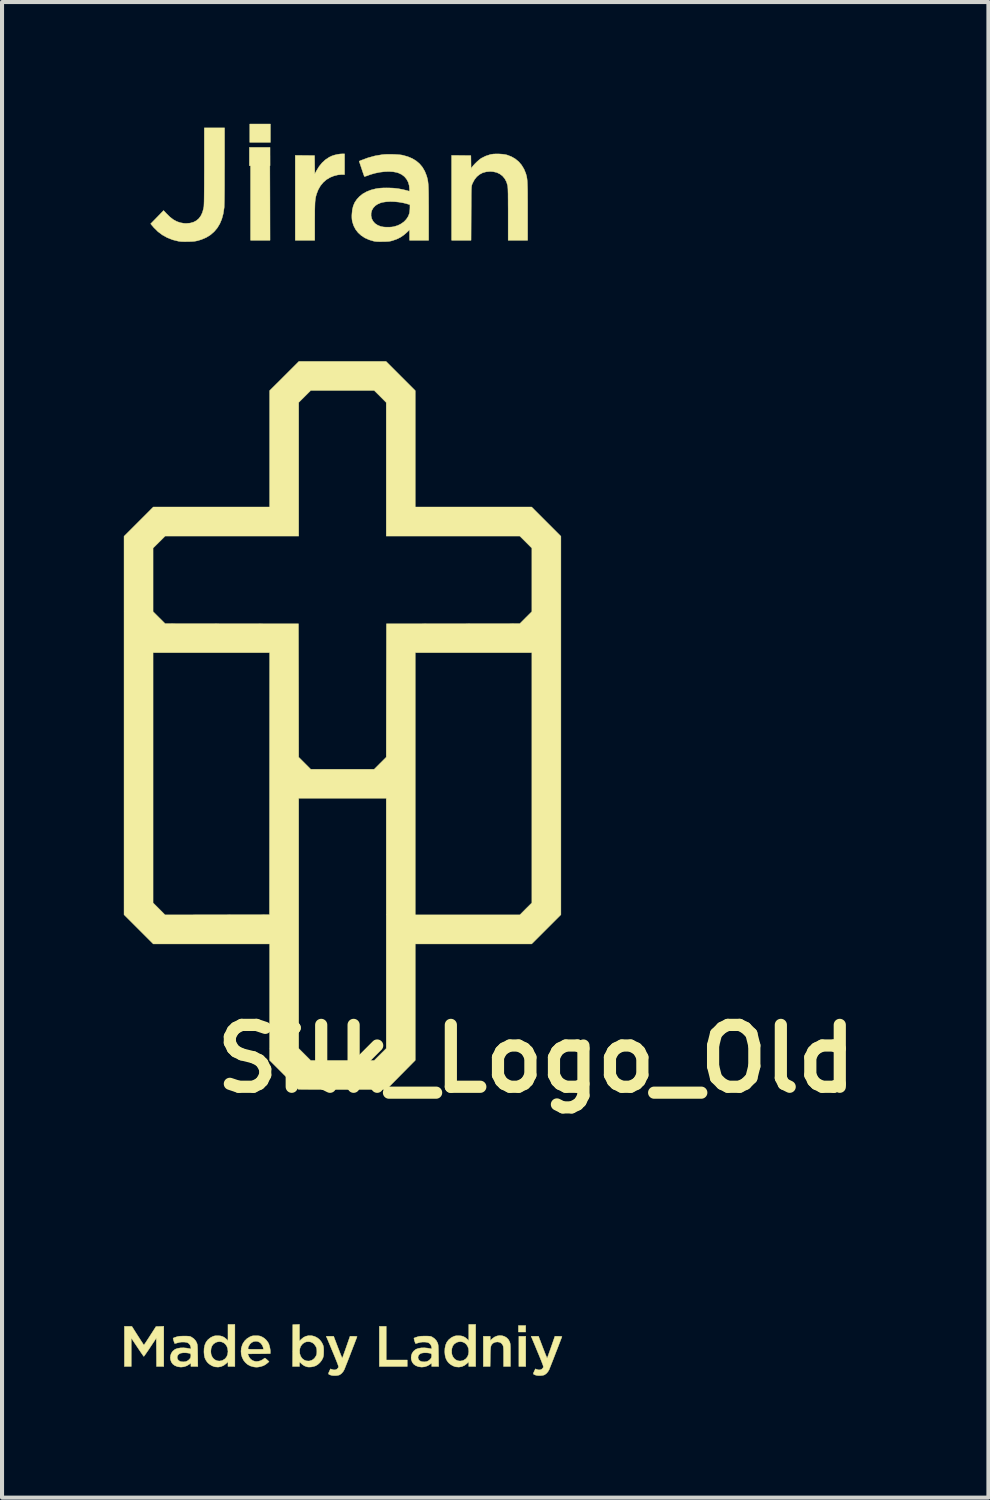
<source format=kicad_pcb>
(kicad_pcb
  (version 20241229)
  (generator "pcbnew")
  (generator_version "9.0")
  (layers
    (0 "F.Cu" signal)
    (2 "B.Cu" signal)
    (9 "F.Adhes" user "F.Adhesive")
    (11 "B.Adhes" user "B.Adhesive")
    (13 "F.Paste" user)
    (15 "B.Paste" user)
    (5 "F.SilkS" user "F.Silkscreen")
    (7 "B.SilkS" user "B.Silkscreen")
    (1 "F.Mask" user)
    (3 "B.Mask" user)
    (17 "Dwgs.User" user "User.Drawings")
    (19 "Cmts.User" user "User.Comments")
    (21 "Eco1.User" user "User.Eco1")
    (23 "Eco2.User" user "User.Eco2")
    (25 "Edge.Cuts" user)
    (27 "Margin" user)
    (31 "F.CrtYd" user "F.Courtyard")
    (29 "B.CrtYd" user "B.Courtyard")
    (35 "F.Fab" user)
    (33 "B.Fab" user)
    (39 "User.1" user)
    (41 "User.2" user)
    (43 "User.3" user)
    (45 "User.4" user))
  (footprint "Silk_Logo_Old"
    (layer "F.Cu")
    (at 5.399 14.108)
    (property "Reference" "Silk_Logo_Old" (at 4.76 8.92 0) (layer "F.SilkS") (effects (font (size 1.524 1.524) (thickness 0.3))))
    (attr through_hole)
    (fp_poly (pts (xy -1.798 -13.077) (xy -2.307 -13.077) (xy -2.307 -13.528) (xy -1.798 -13.528) (xy -1.798 -13.077)) (stroke (width 0.01) (type solid)) (fill yes) (layer "F.SilkS"))
    (fp_poly (pts (xy -1.789 -13.651) (xy -2.297 -13.651) (xy -2.297 -14.103) (xy -1.789 -14.103) (xy -1.789 -13.651)) (stroke (width 0.01) (type solid)) (fill yes) (layer "F.SilkS"))
    (fp_poly (pts (xy 4.499 15.65) (xy 4.32 15.65) (xy 4.32 15.49) (xy 4.499 15.49) (xy 4.499 15.65)) (stroke (width 0.01) (type solid)) (fill yes) (layer "F.SilkS"))
    (fp_poly (pts (xy 4.5 16.499) (xy 4.331 16.499) (xy 4.331 15.755) (xy 4.5 15.755) (xy 4.5 16.499)) (stroke (width 0.01) (type solid)) (fill yes) (layer "F.SilkS"))
    (fp_poly (pts (xy -2.041 -13.329) (xy -1.803 -13.326) (xy -1.8 -12.283) (xy -1.798 -11.241) (xy -2.278 -11.241) (xy -2.278 -13.331) (xy -2.041 -13.329)) (stroke (width 0.01) (type solid)) (fill yes) (layer "F.SilkS"))
    (fp_poly (pts (xy 1.064 16.339) (xy 1.582 16.339) (xy 1.582 16.499) (xy 0.894 16.499) (xy 0.894 15.51) (xy 1.064 15.51) (xy 1.064 16.339)) (stroke (width 0.01) (type solid)) (fill yes) (layer "F.SilkS"))
    (fp_poly (pts (xy 0.038 -12.86) (xy -0.024 -12.86) (xy -0.126 -12.851) (xy -0.23 -12.824) (xy -0.319 -12.788) (xy -0.409 -12.734) (xy -0.488 -12.665) (xy -0.556 -12.582) (xy -0.611 -12.486) (xy -0.649 -12.389) (xy -0.659 -12.356) (xy -0.668 -12.324) (xy -0.675 -12.291) (xy -0.681 -12.255) (xy -0.686 -12.214) (xy -0.69 -12.167) (xy -0.692 -12.111) (xy -0.694 -12.044) (xy -0.696 -11.965) (xy -0.696 -11.873) (xy -0.697 -11.764) (xy -0.697 -11.7) (xy -0.697 -11.241) (xy -1.177 -11.241) (xy -1.177 -13.331) (xy -0.939 -13.329) (xy -0.701 -13.326) (xy -0.696 -12.874) (xy -0.654 -12.952) (xy -0.589 -13.058) (xy -0.514 -13.15) (xy -0.431 -13.226) (xy -0.34 -13.286) (xy -0.278 -13.316) (xy -0.215 -13.337) (xy -0.144 -13.354) (xy -0.074 -13.365) (xy -0.019 -13.368) (xy 0.038 -13.368) (xy 0.038 -12.86)) (stroke (width 0.01) (type solid)) (fill yes) (layer "F.SilkS"))
    (fp_poly (pts (xy -4.415 16.499) (xy -4.594 16.499) (xy -4.596 16.149) (xy -4.599 15.799) (xy -4.75 16.026) (xy -4.788 16.084) (xy -4.824 16.136) (xy -4.855 16.181) (xy -4.88 16.216) (xy -4.897 16.24) (xy -4.907 16.251) (xy -4.907 16.251) (xy -4.914 16.243) (xy -4.93 16.221) (xy -4.953 16.188) (xy -4.983 16.145) (xy -5.018 16.093) (xy -5.056 16.037) (xy -5.065 16.023) (xy -5.216 15.797) (xy -5.216 16.148) (xy -5.216 16.499) (xy -5.385 16.499) (xy -5.385 15.51) (xy -5.293 15.51) (xy -5.201 15.511) (xy -5.056 15.741) (xy -5.018 15.799) (xy -4.984 15.853) (xy -4.954 15.898) (xy -4.93 15.934) (xy -4.914 15.959) (xy -4.905 15.971) (xy -4.905 15.971) (xy -4.899 15.963) (xy -4.884 15.942) (xy -4.861 15.909) (xy -4.833 15.866) (xy -4.799 15.814) (xy -4.762 15.757) (xy -4.753 15.743) (xy -4.607 15.515) (xy -4.415 15.509) (xy -4.415 16.499)) (stroke (width 0.01) (type solid)) (fill yes) (layer "F.SilkS"))
    (fp_poly (pts (xy 3.918 15.741) (xy 3.977 15.759) (xy 4.029 15.79) (xy 4.072 15.833) (xy 4.103 15.889) (xy 4.104 15.893) (xy 4.11 15.909) (xy 4.114 15.925) (xy 4.118 15.945) (xy 4.12 15.97) (xy 4.122 16.003) (xy 4.123 16.046) (xy 4.123 16.102) (xy 4.123 16.173) (xy 4.123 16.221) (xy 4.123 16.499) (xy 3.954 16.499) (xy 3.954 16.256) (xy 3.954 16.182) (xy 3.954 16.124) (xy 3.953 16.08) (xy 3.951 16.047) (xy 3.949 16.023) (xy 3.946 16.005) (xy 3.942 15.99) (xy 3.936 15.977) (xy 3.933 15.971) (xy 3.904 15.931) (xy 3.866 15.906) (xy 3.817 15.895) (xy 3.801 15.894) (xy 3.745 15.901) (xy 3.699 15.923) (xy 3.675 15.945) (xy 3.662 15.96) (xy 3.652 15.976) (xy 3.644 15.995) (xy 3.638 16.02) (xy 3.634 16.053) (xy 3.631 16.096) (xy 3.629 16.152) (xy 3.627 16.224) (xy 3.627 16.261) (xy 3.623 16.499) (xy 3.455 16.499) (xy 3.455 15.755) (xy 3.625 15.755) (xy 3.625 15.86) (xy 3.677 15.813) (xy 3.733 15.772) (xy 3.794 15.747) (xy 3.856 15.737) (xy 3.918 15.741)) (stroke (width 0.01) (type solid)) (fill yes) (layer "F.SilkS"))
    (fp_poly (pts (xy -2.664 16.499) (xy -2.834 16.499) (xy -2.834 16.382) (xy -2.878 16.426) (xy -2.938 16.472) (xy -3.005 16.502) (xy -3.077 16.514) (xy -3.151 16.508) (xy -3.173 16.503) (xy -3.224 16.483) (xy -3.276 16.453) (xy -3.321 16.417) (xy -3.347 16.389) (xy -3.382 16.336) (xy -3.406 16.281) (xy -3.419 16.218) (xy -3.425 16.149) (xy -3.425 16.131) (xy -3.257 16.131) (xy -3.25 16.197) (xy -3.228 16.254) (xy -3.195 16.301) (xy -3.152 16.336) (xy -3.102 16.358) (xy -3.047 16.365) (xy -2.989 16.356) (xy -2.96 16.344) (xy -2.907 16.31) (xy -2.868 16.263) (xy -2.844 16.205) (xy -2.834 16.136) (xy -2.834 16.125) (xy -2.842 16.058) (xy -2.863 16) (xy -2.896 15.952) (xy -2.939 15.916) (xy -2.989 15.894) (xy -3.044 15.886) (xy -3.102 15.895) (xy -3.142 15.911) (xy -3.191 15.945) (xy -3.227 15.992) (xy -3.249 16.052) (xy -3.257 16.125) (xy -3.257 16.131) (xy -3.425 16.131) (xy -3.422 16.054) (xy -3.405 15.971) (xy -3.374 15.9) (xy -3.329 15.841) (xy -3.269 15.792) (xy -3.221 15.766) (xy -3.189 15.752) (xy -3.16 15.745) (xy -3.125 15.741) (xy -3.088 15.741) (xy -3.023 15.745) (xy -2.97 15.759) (xy -2.922 15.784) (xy -2.877 15.821) (xy -2.834 15.861) (xy -2.834 15.463) (xy -2.664 15.463) (xy -2.664 16.499)) (stroke (width 0.01) (type solid)) (fill yes) (layer "F.SilkS"))
    (fp_poly (pts (xy 3.267 16.499) (xy 3.097 16.499) (xy 3.097 16.382) (xy 3.053 16.426) (xy 2.993 16.472) (xy 2.926 16.502) (xy 2.854 16.514) (xy 2.781 16.508) (xy 2.758 16.503) (xy 2.707 16.483) (xy 2.655 16.453) (xy 2.61 16.417) (xy 2.584 16.389) (xy 2.549 16.336) (xy 2.526 16.281) (xy 2.512 16.218) (xy 2.506 16.149) (xy 2.506 16.131) (xy 2.674 16.131) (xy 2.681 16.197) (xy 2.703 16.254) (xy 2.736 16.301) (xy 2.779 16.336) (xy 2.829 16.358) (xy 2.884 16.365) (xy 2.942 16.356) (xy 2.971 16.344) (xy 3.024 16.31) (xy 3.063 16.263) (xy 3.087 16.205) (xy 3.097 16.136) (xy 3.097 16.125) (xy 3.09 16.058) (xy 3.068 16) (xy 3.035 15.952) (xy 2.992 15.916) (xy 2.942 15.894) (xy 2.887 15.886) (xy 2.829 15.895) (xy 2.79 15.911) (xy 2.74 15.945) (xy 2.704 15.992) (xy 2.682 16.052) (xy 2.674 16.125) (xy 2.674 16.131) (xy 2.506 16.131) (xy 2.509 16.054) (xy 2.526 15.971) (xy 2.557 15.9) (xy 2.602 15.841) (xy 2.662 15.792) (xy 2.71 15.766) (xy 2.742 15.752) (xy 2.771 15.745) (xy 2.806 15.741) (xy 2.843 15.741) (xy 2.908 15.745) (xy 2.961 15.759) (xy 3.009 15.784) (xy 3.054 15.821) (xy 3.097 15.861) (xy 3.097 15.463) (xy 3.267 15.463) (xy 3.267 16.499)) (stroke (width 0.01) (type solid)) (fill yes) (layer "F.SilkS"))
    (fp_poly (pts (xy -2.918 -13.074) (xy -2.919 -12.892) (xy -2.919 -12.727) (xy -2.919 -12.579) (xy -2.92 -12.448) (xy -2.921 -12.333) (xy -2.922 -12.237) (xy -2.924 -12.157) (xy -2.926 -12.096) (xy -2.927 -12.054) (xy -2.929 -12.036) (xy -2.951 -11.893) (xy -2.986 -11.764) (xy -3.035 -11.647) (xy -3.098 -11.543) (xy -3.174 -11.453) (xy -3.263 -11.375) (xy -3.365 -11.311) (xy -3.481 -11.261) (xy -3.567 -11.234) (xy -3.605 -11.225) (xy -3.641 -11.218) (xy -3.678 -11.213) (xy -3.723 -11.21) (xy -3.779 -11.208) (xy -3.822 -11.207) (xy -3.907 -11.206) (xy -3.976 -11.208) (xy -4.029 -11.213) (xy -4.055 -11.217) (xy -4.196 -11.252) (xy -4.327 -11.303) (xy -4.448 -11.37) (xy -4.559 -11.453) (xy -4.66 -11.553) (xy -4.701 -11.601) (xy -4.738 -11.646) (xy -4.579 -11.809) (xy -4.42 -11.973) (xy -4.346 -11.894) (xy -4.263 -11.813) (xy -4.18 -11.749) (xy -4.096 -11.703) (xy -4.009 -11.673) (xy -3.917 -11.657) (xy -3.862 -11.655) (xy -3.767 -11.663) (xy -3.684 -11.686) (xy -3.611 -11.724) (xy -3.55 -11.777) (xy -3.501 -11.844) (xy -3.462 -11.927) (xy -3.436 -12.025) (xy -3.427 -12.073) (xy -3.426 -12.097) (xy -3.424 -12.14) (xy -3.422 -12.201) (xy -3.421 -12.28) (xy -3.42 -12.377) (xy -3.419 -12.492) (xy -3.418 -12.624) (xy -3.418 -12.774) (xy -3.417 -12.94) (xy -3.417 -13.077) (xy -3.417 -14.009) (xy -2.918 -14.009) (xy -2.918 -13.074)) (stroke (width 0.01) (type solid)) (fill yes) (layer "F.SilkS"))
    (fp_poly (pts (xy 0.304 15.756) (xy 0.331 15.758) (xy 0.344 15.762) (xy 0.346 15.767) (xy 0.341 15.778) (xy 0.331 15.804) (xy 0.315 15.845) (xy 0.295 15.897) (xy 0.271 15.96) (xy 0.243 16.031) (xy 0.214 16.108) (xy 0.195 16.156) (xy 0.164 16.237) (xy 0.134 16.315) (xy 0.106 16.386) (xy 0.081 16.449) (xy 0.06 16.502) (xy 0.044 16.542) (xy 0.034 16.568) (xy 0.031 16.575) (xy 0.002 16.626) (xy -0.036 16.67) (xy -0.078 16.701) (xy -0.089 16.707) (xy -0.125 16.717) (xy -0.172 16.723) (xy -0.222 16.724) (xy -0.269 16.72) (xy -0.301 16.712) (xy -0.335 16.699) (xy -0.353 16.689) (xy -0.359 16.675) (xy -0.353 16.653) (xy -0.338 16.619) (xy -0.309 16.557) (xy -0.277 16.57) (xy -0.227 16.583) (xy -0.183 16.58) (xy -0.146 16.561) (xy -0.118 16.528) (xy -0.118 16.527) (xy -0.115 16.522) (xy -0.113 16.516) (xy -0.112 16.51) (xy -0.113 16.501) (xy -0.116 16.488) (xy -0.121 16.47) (xy -0.129 16.447) (xy -0.141 16.416) (xy -0.156 16.377) (xy -0.175 16.329) (xy -0.199 16.27) (xy -0.228 16.199) (xy -0.263 16.116) (xy -0.303 16.018) (xy -0.35 15.906) (xy -0.401 15.786) (xy -0.413 15.755) (xy -0.322 15.755) (xy -0.231 15.755) (xy -0.127 16.028) (xy -0.101 16.094) (xy -0.078 16.155) (xy -0.057 16.207) (xy -0.04 16.249) (xy -0.027 16.278) (xy -0.019 16.292) (xy -0.018 16.293) (xy -0.014 16.283) (xy -0.004 16.257) (xy 0.01 16.218) (xy 0.028 16.168) (xy 0.049 16.109) (xy 0.072 16.044) (xy 0.08 16.021) (xy 0.172 15.755) (xy 0.261 15.755) (xy 0.304 15.756)) (stroke (width 0.01) (type solid)) (fill yes) (layer "F.SilkS"))
    (fp_poly (pts (xy 5.351 15.756) (xy 5.377 15.758) (xy 5.39 15.762) (xy 5.392 15.767) (xy 5.387 15.778) (xy 5.377 15.804) (xy 5.361 15.845) (xy 5.341 15.897) (xy 5.317 15.96) (xy 5.29 16.031) (xy 5.26 16.108) (xy 5.241 16.156) (xy 5.21 16.237) (xy 5.18 16.315) (xy 5.152 16.386) (xy 5.127 16.449) (xy 5.106 16.502) (xy 5.09 16.542) (xy 5.08 16.568) (xy 5.077 16.575) (xy 5.048 16.626) (xy 5.01 16.67) (xy 4.968 16.701) (xy 4.957 16.707) (xy 4.921 16.717) (xy 4.874 16.723) (xy 4.824 16.724) (xy 4.777 16.72) (xy 4.745 16.712) (xy 4.711 16.699) (xy 4.693 16.689) (xy 4.687 16.675) (xy 4.693 16.653) (xy 4.709 16.619) (xy 4.738 16.557) (xy 4.769 16.57) (xy 4.819 16.583) (xy 4.863 16.58) (xy 4.9 16.561) (xy 4.928 16.528) (xy 4.928 16.527) (xy 4.931 16.522) (xy 4.933 16.516) (xy 4.934 16.51) (xy 4.933 16.501) (xy 4.93 16.488) (xy 4.925 16.47) (xy 4.917 16.447) (xy 4.905 16.416) (xy 4.89 16.377) (xy 4.871 16.329) (xy 4.847 16.27) (xy 4.818 16.199) (xy 4.783 16.116) (xy 4.743 16.018) (xy 4.696 15.906) (xy 4.646 15.786) (xy 4.633 15.755) (xy 4.724 15.755) (xy 4.815 15.755) (xy 4.919 16.028) (xy 4.945 16.094) (xy 4.968 16.155) (xy 4.989 16.207) (xy 5.007 16.249) (xy 5.019 16.278) (xy 5.027 16.292) (xy 5.028 16.293) (xy 5.032 16.283) (xy 5.042 16.257) (xy 5.056 16.218) (xy 5.074 16.168) (xy 5.095 16.109) (xy 5.118 16.044) (xy 5.126 16.021) (xy 5.218 15.755) (xy 5.307 15.755) (xy 5.351 15.756)) (stroke (width 0.01) (type solid)) (fill yes) (layer "F.SilkS"))
    (fp_poly (pts (xy -1.073 15.872) (xy -1.029 15.828) (xy -0.974 15.783) (xy -0.917 15.755) (xy -0.854 15.74) (xy -0.847 15.739) (xy -0.772 15.74) (xy -0.699 15.759) (xy -0.633 15.793) (xy -0.574 15.841) (xy -0.527 15.902) (xy -0.497 15.961) (xy -0.488 15.987) (xy -0.481 16.014) (xy -0.478 16.045) (xy -0.476 16.086) (xy -0.476 16.127) (xy -0.477 16.179) (xy -0.479 16.218) (xy -0.484 16.248) (xy -0.491 16.275) (xy -0.498 16.294) (xy -0.528 16.35) (xy -0.571 16.404) (xy -0.621 16.45) (xy -0.674 16.482) (xy -0.675 16.483) (xy -0.728 16.5) (xy -0.786 16.511) (xy -0.843 16.513) (xy -0.887 16.508) (xy -0.955 16.482) (xy -1.013 16.441) (xy -1.026 16.429) (xy -1.046 16.409) (xy -1.061 16.397) (xy -1.066 16.395) (xy -1.07 16.404) (xy -1.073 16.426) (xy -1.073 16.447) (xy -1.073 16.499) (xy -1.243 16.499) (xy -1.241 16.122) (xy -1.071 16.122) (xy -1.065 16.184) (xy -1.046 16.242) (xy -1.014 16.293) (xy -0.999 16.308) (xy -0.949 16.344) (xy -0.893 16.362) (xy -0.834 16.364) (xy -0.776 16.348) (xy -0.748 16.333) (xy -0.705 16.298) (xy -0.674 16.254) (xy -0.659 16.225) (xy -0.65 16.199) (xy -0.646 16.171) (xy -0.645 16.131) (xy -0.645 16.127) (xy -0.646 16.086) (xy -0.65 16.057) (xy -0.658 16.031) (xy -0.672 16.003) (xy -0.674 16) (xy -0.711 15.948) (xy -0.754 15.913) (xy -0.805 15.893) (xy -0.842 15.888) (xy -0.897 15.89) (xy -0.943 15.905) (xy -0.986 15.934) (xy -1.009 15.956) (xy -1.044 16.004) (xy -1.064 16.061) (xy -1.071 16.122) (xy -1.241 16.122) (xy -1.24 15.983) (xy -1.238 15.468) (xy -1.073 15.462) (xy -1.073 15.872)) (stroke (width 0.01) (type solid)) (fill yes) (layer "F.SilkS"))
    (fp_poly (pts (xy 3.846 -13.366) (xy 3.921 -13.361) (xy 3.989 -13.352) (xy 4.039 -13.341) (xy 4.146 -13.3) (xy 4.242 -13.245) (xy 4.326 -13.176) (xy 4.397 -13.093) (xy 4.456 -12.996) (xy 4.5 -12.89) (xy 4.508 -12.864) (xy 4.515 -12.838) (xy 4.522 -12.812) (xy 4.527 -12.783) (xy 4.532 -12.751) (xy 4.536 -12.713) (xy 4.539 -12.669) (xy 4.541 -12.618) (xy 4.543 -12.556) (xy 4.545 -12.485) (xy 4.546 -12.401) (xy 4.546 -12.303) (xy 4.547 -12.191) (xy 4.547 -12.062) (xy 4.547 -11.944) (xy 4.547 -11.241) (xy 4.067 -11.241) (xy 4.067 -11.883) (xy 4.067 -12.015) (xy 4.066 -12.13) (xy 4.066 -12.228) (xy 4.065 -12.311) (xy 4.065 -12.381) (xy 4.063 -12.438) (xy 4.062 -12.485) (xy 4.06 -12.522) (xy 4.058 -12.551) (xy 4.056 -12.573) (xy 4.053 -12.589) (xy 4.026 -12.679) (xy 3.984 -12.757) (xy 3.93 -12.822) (xy 3.863 -12.873) (xy 3.786 -12.91) (xy 3.698 -12.93) (xy 3.625 -12.935) (xy 3.528 -12.927) (xy 3.44 -12.903) (xy 3.363 -12.862) (xy 3.295 -12.806) (xy 3.238 -12.735) (xy 3.191 -12.647) (xy 3.179 -12.618) (xy 3.175 -12.607) (xy 3.172 -12.596) (xy 3.169 -12.584) (xy 3.167 -12.569) (xy 3.164 -12.549) (xy 3.163 -12.524) (xy 3.161 -12.492) (xy 3.16 -12.452) (xy 3.159 -12.401) (xy 3.158 -12.34) (xy 3.158 -12.265) (xy 3.157 -12.177) (xy 3.157 -12.073) (xy 3.156 -11.952) (xy 3.156 -11.902) (xy 3.153 -11.241) (xy 2.674 -11.241) (xy 2.674 -13.331) (xy 2.911 -13.329) (xy 3.149 -13.326) (xy 3.154 -13.008) (xy 3.184 -13.05) (xy 3.214 -13.087) (xy 3.254 -13.13) (xy 3.299 -13.174) (xy 3.345 -13.214) (xy 3.386 -13.247) (xy 3.41 -13.263) (xy 3.515 -13.315) (xy 3.625 -13.351) (xy 3.646 -13.356) (xy 3.703 -13.364) (xy 3.772 -13.367) (xy 3.846 -13.366)) (stroke (width 0.01) (type solid)) (fill yes) (layer "F.SilkS"))
    (fp_poly (pts (xy -2.101 15.742) (xy -2.068 15.745) (xy -2.04 15.751) (xy -2.011 15.763) (xy -1.998 15.768) (xy -1.939 15.804) (xy -1.888 15.852) (xy -1.847 15.907) (xy -1.827 15.947) (xy -1.812 15.995) (xy -1.8 16.047) (xy -1.792 16.098) (xy -1.79 16.14) (xy -1.79 16.151) (xy -1.793 16.183) (xy -2.069 16.186) (xy -2.345 16.188) (xy -2.339 16.209) (xy -2.312 16.271) (xy -2.273 16.32) (xy -2.223 16.355) (xy -2.165 16.373) (xy -2.127 16.376) (xy -2.073 16.369) (xy -2.018 16.35) (xy -1.97 16.323) (xy -1.967 16.32) (xy -1.945 16.304) (xy -1.928 16.293) (xy -1.923 16.292) (xy -1.913 16.298) (xy -1.893 16.314) (xy -1.869 16.335) (xy -1.822 16.379) (xy -1.864 16.416) (xy -1.915 16.455) (xy -1.967 16.482) (xy -2.029 16.501) (xy -2.042 16.504) (xy -2.09 16.513) (xy -2.13 16.516) (xy -2.171 16.513) (xy -2.205 16.508) (xy -2.282 16.486) (xy -2.35 16.45) (xy -2.407 16.4) (xy -2.453 16.341) (xy -2.486 16.273) (xy -2.507 16.199) (xy -2.513 16.121) (xy -2.505 16.05) (xy -2.342 16.05) (xy -2.34 16.061) (xy -2.331 16.068) (xy -2.313 16.072) (xy -2.283 16.074) (xy -2.239 16.075) (xy -2.179 16.075) (xy -2.151 16.075) (xy -1.959 16.075) (xy -1.964 16.044) (xy -1.973 16.015) (xy -1.986 15.983) (xy -1.987 15.981) (xy -2.02 15.933) (xy -2.061 15.9) (xy -2.108 15.881) (xy -2.158 15.877) (xy -2.207 15.887) (xy -2.252 15.91) (xy -2.292 15.947) (xy -2.323 15.997) (xy -2.331 16.016) (xy -2.338 16.036) (xy -2.342 16.05) (xy -2.505 16.05) (xy -2.504 16.04) (xy -2.479 15.96) (xy -2.466 15.933) (xy -2.422 15.867) (xy -2.364 15.811) (xy -2.297 15.77) (xy -2.266 15.756) (xy -2.239 15.747) (xy -2.211 15.743) (xy -2.175 15.741) (xy -2.146 15.741) (xy -2.101 15.742)) (stroke (width 0.01) (type solid)) (fill yes) (layer "F.SilkS"))
    (fp_poly (pts (xy 1.419 -7.896) (xy 1.779 -7.536) (xy 1.779 -4.67) (xy 4.646 -4.67) (xy 5.366 -3.949) (xy 5.366 5.371) (xy 4.646 6.091) (xy 1.779 6.091) (xy 1.779 8.957) (xy 1.069 9.675) (xy -0.016 9.677) (xy -0.158 9.677) (xy -0.294 9.677) (xy -0.423 9.677) (xy -0.545 9.676) (xy -0.657 9.676) (xy -0.76 9.676) (xy -0.852 9.675) (xy -0.931 9.674) (xy -0.996 9.674) (xy -1.047 9.673) (xy -1.082 9.672) (xy -1.099 9.671) (xy -1.101 9.671) (xy -1.108 9.663) (xy -1.127 9.643) (xy -1.156 9.612) (xy -1.195 9.572) (xy -1.243 9.524) (xy -1.297 9.468) (xy -1.358 9.407) (xy -1.424 9.341) (xy -1.455 9.311) (xy -1.808 8.958) (xy -1.808 6.091) (xy -4.674 6.091) (xy -5.034 5.731) (xy -5.394 5.371) (xy -5.394 -1.083) (xy -4.679 -1.083) (xy -4.679 5.079) (xy -4.531 5.227) (xy -4.383 5.376) (xy -1.812 5.371) (xy -1.81 2.504) (xy -1.092 2.504) (xy -1.092 8.666) (xy -0.944 8.814) (xy -0.796 8.962) (xy 0.767 8.962) (xy 0.915 8.814) (xy 1.064 8.666) (xy 1.064 2.504) (xy -1.092 2.504) (xy -1.81 2.504) (xy -1.81 2.144) (xy -1.808 -1.083) (xy -4.679 -1.083) (xy -5.394 -1.083) (xy -5.394 -3.658) (xy -4.679 -3.658) (xy -4.679 -2.094) (xy -4.531 -1.946) (xy -4.382 -1.798) (xy -1.097 -1.793) (xy -1.094 -0.151) (xy -1.092 1.492) (xy -0.944 1.64) (xy -0.796 1.789) (xy 0.767 1.789) (xy 0.916 1.64) (xy 1.064 1.492) (xy 1.066 -0.151) (xy 1.068 -1.083) (xy 1.779 -1.083) (xy 1.779 5.376) (xy 4.354 5.376) (xy 4.502 5.227) (xy 4.651 5.079) (xy 4.651 -1.083) (xy 1.779 -1.083) (xy 1.068 -1.083) (xy 1.069 -1.793) (xy 4.354 -1.798) (xy 4.502 -1.946) (xy 4.651 -2.094) (xy 4.651 -3.657) (xy 4.503 -3.806) (xy 4.354 -3.954) (xy 1.064 -3.954) (xy 1.064 -7.244) (xy 0.916 -7.393) (xy 0.767 -7.541) (xy -0.795 -7.541) (xy -1.092 -7.245) (xy -1.092 -3.954) (xy -4.381 -3.954) (xy -4.53 -3.806) (xy -4.679 -3.658) (xy -5.394 -3.658) (xy -5.394 -3.949) (xy -5.034 -4.309) (xy -4.674 -4.67) (xy -1.808 -4.67) (xy -1.808 -7.537) (xy -1.447 -7.896) (xy -1.087 -8.256) (xy 1.059 -8.256) (xy 1.419 -7.896)) (stroke (width 0.01) (type solid)) (fill yes) (layer "F.SilkS"))
    (fp_poly (pts (xy -3.858 15.75) (xy -3.819 15.752) (xy -3.791 15.754) (xy -3.77 15.758) (xy -3.752 15.765) (xy -3.738 15.772) (xy -3.677 15.813) (xy -3.631 15.864) (xy -3.604 15.915) (xy -3.598 15.931) (xy -3.593 15.948) (xy -3.589 15.967) (xy -3.586 15.992) (xy -3.584 16.025) (xy -3.582 16.067) (xy -3.581 16.123) (xy -3.58 16.193) (xy -3.579 16.233) (xy -3.576 16.499) (xy -3.747 16.499) (xy -3.747 16.413) (xy -3.782 16.441) (xy -3.846 16.481) (xy -3.918 16.506) (xy -3.993 16.514) (xy -4.067 16.505) (xy -4.076 16.503) (xy -4.142 16.477) (xy -4.193 16.439) (xy -4.228 16.391) (xy -4.249 16.331) (xy -4.253 16.302) (xy -4.252 16.274) (xy -4.085 16.274) (xy -4.078 16.311) (xy -4.057 16.344) (xy -4.02 16.37) (xy -4.016 16.372) (xy -3.977 16.382) (xy -3.928 16.385) (xy -3.879 16.379) (xy -3.867 16.376) (xy -3.828 16.358) (xy -3.792 16.33) (xy -3.764 16.297) (xy -3.757 16.283) (xy -3.75 16.255) (xy -3.748 16.223) (xy -3.749 16.22) (xy -3.752 16.197) (xy -3.76 16.184) (xy -3.779 16.176) (xy -3.794 16.172) (xy -3.844 16.164) (xy -3.898 16.161) (xy -3.951 16.163) (xy -3.997 16.171) (xy -4.017 16.178) (xy -4.054 16.203) (xy -4.077 16.237) (xy -4.085 16.274) (xy -4.252 16.274) (xy -4.25 16.236) (xy -4.231 16.176) (xy -4.196 16.124) (xy -4.148 16.084) (xy -4.128 16.072) (xy -4.071 16.052) (xy -4.003 16.041) (xy -3.927 16.039) (xy -3.849 16.046) (xy -3.818 16.052) (xy -3.785 16.058) (xy -3.76 16.063) (xy -3.748 16.066) (xy -3.748 16.066) (xy -3.745 16.058) (xy -3.747 16.038) (xy -3.753 16.012) (xy -3.761 15.987) (xy -3.77 15.967) (xy -3.773 15.963) (xy -3.798 15.934) (xy -3.826 15.915) (xy -3.86 15.904) (xy -3.906 15.898) (xy -3.921 15.898) (xy -3.974 15.897) (xy -4.02 15.903) (xy -4.069 15.915) (xy -4.071 15.915) (xy -4.105 15.925) (xy -4.131 15.931) (xy -4.145 15.933) (xy -4.146 15.933) (xy -4.152 15.92) (xy -4.16 15.896) (xy -4.17 15.867) (xy -4.178 15.837) (xy -4.184 15.814) (xy -4.185 15.802) (xy -4.185 15.802) (xy -4.174 15.796) (xy -4.151 15.786) (xy -4.118 15.775) (xy -4.112 15.773) (xy -4.081 15.763) (xy -4.051 15.757) (xy -4.019 15.753) (xy -3.979 15.751) (xy -3.926 15.75) (xy -3.912 15.75) (xy -3.858 15.75)) (stroke (width 0.01) (type solid)) (fill yes) (layer "F.SilkS"))
    (fp_poly (pts (xy 2.073 15.75) (xy 2.112 15.752) (xy 2.14 15.754) (xy 2.161 15.758) (xy 2.179 15.765) (xy 2.194 15.772) (xy 2.254 15.813) (xy 2.3 15.864) (xy 2.327 15.915) (xy 2.334 15.931) (xy 2.338 15.948) (xy 2.342 15.967) (xy 2.345 15.992) (xy 2.347 16.025) (xy 2.349 16.067) (xy 2.35 16.123) (xy 2.351 16.193) (xy 2.352 16.233) (xy 2.355 16.499) (xy 2.184 16.499) (xy 2.184 16.413) (xy 2.149 16.441) (xy 2.085 16.481) (xy 2.013 16.506) (xy 1.938 16.514) (xy 1.864 16.505) (xy 1.855 16.503) (xy 1.789 16.477) (xy 1.738 16.439) (xy 1.703 16.391) (xy 1.682 16.331) (xy 1.678 16.302) (xy 1.679 16.274) (xy 1.846 16.274) (xy 1.853 16.311) (xy 1.874 16.344) (xy 1.911 16.37) (xy 1.915 16.372) (xy 1.954 16.382) (xy 2.003 16.385) (xy 2.052 16.379) (xy 2.064 16.376) (xy 2.103 16.358) (xy 2.139 16.33) (xy 2.167 16.297) (xy 2.174 16.283) (xy 2.181 16.255) (xy 2.183 16.223) (xy 2.182 16.22) (xy 2.179 16.197) (xy 2.171 16.184) (xy 2.152 16.176) (xy 2.137 16.172) (xy 2.088 16.164) (xy 2.033 16.161) (xy 1.98 16.163) (xy 1.934 16.171) (xy 1.914 16.178) (xy 1.877 16.203) (xy 1.854 16.237) (xy 1.846 16.274) (xy 1.679 16.274) (xy 1.681 16.236) (xy 1.7 16.176) (xy 1.735 16.124) (xy 1.783 16.084) (xy 1.803 16.072) (xy 1.86 16.052) (xy 1.928 16.041) (xy 2.004 16.039) (xy 2.082 16.046) (xy 2.114 16.052) (xy 2.146 16.058) (xy 2.171 16.063) (xy 2.183 16.066) (xy 2.183 16.066) (xy 2.186 16.058) (xy 2.184 16.038) (xy 2.178 16.012) (xy 2.17 15.987) (xy 2.161 15.967) (xy 2.158 15.963) (xy 2.133 15.934) (xy 2.106 15.915) (xy 2.071 15.904) (xy 2.025 15.898) (xy 2.01 15.898) (xy 1.957 15.897) (xy 1.911 15.903) (xy 1.862 15.915) (xy 1.86 15.915) (xy 1.826 15.925) (xy 1.8 15.931) (xy 1.786 15.933) (xy 1.785 15.933) (xy 1.779 15.92) (xy 1.771 15.896) (xy 1.761 15.867) (xy 1.753 15.837) (xy 1.748 15.814) (xy 1.746 15.802) (xy 1.746 15.802) (xy 1.757 15.796) (xy 1.78 15.786) (xy 1.813 15.775) (xy 1.819 15.773) (xy 1.85 15.763) (xy 1.88 15.757) (xy 1.912 15.753) (xy 1.952 15.751) (xy 2.005 15.75) (xy 2.019 15.75) (xy 2.073 15.75)) (stroke (width 0.01) (type solid)) (fill yes) (layer "F.SilkS"))
    (fp_poly (pts (xy 1.258 -13.355) (xy 1.331 -13.351) (xy 1.397 -13.346) (xy 1.451 -13.339) (xy 1.469 -13.335) (xy 1.595 -13.3) (xy 1.706 -13.253) (xy 1.803 -13.194) (xy 1.886 -13.123) (xy 1.956 -13.039) (xy 2.013 -12.941) (xy 2.057 -12.831) (xy 2.065 -12.804) (xy 2.073 -12.775) (xy 2.08 -12.746) (xy 2.086 -12.717) (xy 2.091 -12.685) (xy 2.095 -12.65) (xy 2.099 -12.609) (xy 2.102 -12.561) (xy 2.104 -12.505) (xy 2.106 -12.439) (xy 2.107 -12.362) (xy 2.108 -12.273) (xy 2.108 -12.169) (xy 2.109 -12.049) (xy 2.109 -11.912) (xy 2.109 -11.897) (xy 2.109 -11.241) (xy 1.638 -11.241) (xy 1.638 -11.498) (xy 1.575 -11.437) (xy 1.493 -11.367) (xy 1.41 -11.311) (xy 1.319 -11.267) (xy 1.227 -11.235) (xy 1.193 -11.225) (xy 1.162 -11.218) (xy 1.13 -11.213) (xy 1.092 -11.21) (xy 1.043 -11.208) (xy 0.984 -11.207) (xy 0.912 -11.206) (xy 0.856 -11.207) (xy 0.811 -11.21) (xy 0.774 -11.215) (xy 0.758 -11.218) (xy 0.643 -11.252) (xy 0.539 -11.298) (xy 0.449 -11.357) (xy 0.372 -11.427) (xy 0.309 -11.508) (xy 0.262 -11.598) (xy 0.23 -11.698) (xy 0.222 -11.742) (xy 0.218 -11.787) (xy 0.217 -11.84) (xy 0.217 -11.842) (xy 0.691 -11.842) (xy 0.707 -11.771) (xy 0.74 -11.709) (xy 0.787 -11.655) (xy 0.849 -11.613) (xy 0.924 -11.582) (xy 0.949 -11.576) (xy 1.002 -11.567) (xy 1.066 -11.563) (xy 1.135 -11.563) (xy 1.201 -11.567) (xy 1.255 -11.576) (xy 1.347 -11.604) (xy 1.429 -11.645) (xy 1.501 -11.696) (xy 1.56 -11.758) (xy 1.605 -11.827) (xy 1.634 -11.902) (xy 1.637 -11.917) (xy 1.642 -11.952) (xy 1.646 -11.996) (xy 1.648 -12.04) (xy 1.648 -12.116) (xy 1.587 -12.134) (xy 1.485 -12.161) (xy 1.378 -12.18) (xy 1.27 -12.191) (xy 1.165 -12.194) (xy 1.067 -12.189) (xy 0.979 -12.176) (xy 0.932 -12.164) (xy 0.856 -12.132) (xy 0.793 -12.09) (xy 0.744 -12.037) (xy 0.71 -11.977) (xy 0.692 -11.91) (xy 0.691 -11.842) (xy 0.217 -11.842) (xy 0.219 -11.885) (xy 0.229 -11.991) (xy 0.252 -12.086) (xy 0.288 -12.17) (xy 0.339 -12.246) (xy 0.404 -12.317) (xy 0.486 -12.383) (xy 0.58 -12.436) (xy 0.686 -12.478) (xy 0.807 -12.509) (xy 0.849 -12.516) (xy 0.914 -12.524) (xy 0.993 -12.529) (xy 1.078 -12.53) (xy 1.166 -12.528) (xy 1.25 -12.524) (xy 1.321 -12.516) (xy 1.373 -12.509) (xy 1.43 -12.498) (xy 1.488 -12.486) (xy 1.543 -12.473) (xy 1.589 -12.461) (xy 1.621 -12.451) (xy 1.622 -12.45) (xy 1.631 -12.449) (xy 1.636 -12.457) (xy 1.638 -12.478) (xy 1.638 -12.49) (xy 1.63 -12.585) (xy 1.606 -12.67) (xy 1.566 -12.744) (xy 1.513 -12.808) (xy 1.445 -12.86) (xy 1.364 -12.898) (xy 1.323 -12.911) (xy 1.232 -12.928) (xy 1.13 -12.934) (xy 1.02 -12.93) (xy 0.904 -12.916) (xy 0.788 -12.892) (xy 0.673 -12.859) (xy 0.614 -12.837) (xy 0.578 -12.824) (xy 0.548 -12.815) (xy 0.53 -12.811) (xy 0.526 -12.812) (xy 0.521 -12.822) (xy 0.512 -12.848) (xy 0.499 -12.885) (xy 0.482 -12.933) (xy 0.464 -12.988) (xy 0.459 -13.003) (xy 0.397 -13.188) (xy 0.446 -13.209) (xy 0.614 -13.271) (xy 0.789 -13.319) (xy 0.966 -13.349) (xy 0.979 -13.35) (xy 1.037 -13.355) (xy 1.106 -13.357) (xy 1.181 -13.357) (xy 1.258 -13.355)) (stroke (width 0.01) (type solid)) (fill yes) (layer "F.SilkS")))
  (gr_rect
    (start -3 -3)
    (end 21.295 33.837)
    (stroke (width 0.1) (type default))
    (fill no)
    (layer "Edge.Cuts")))
</source>
